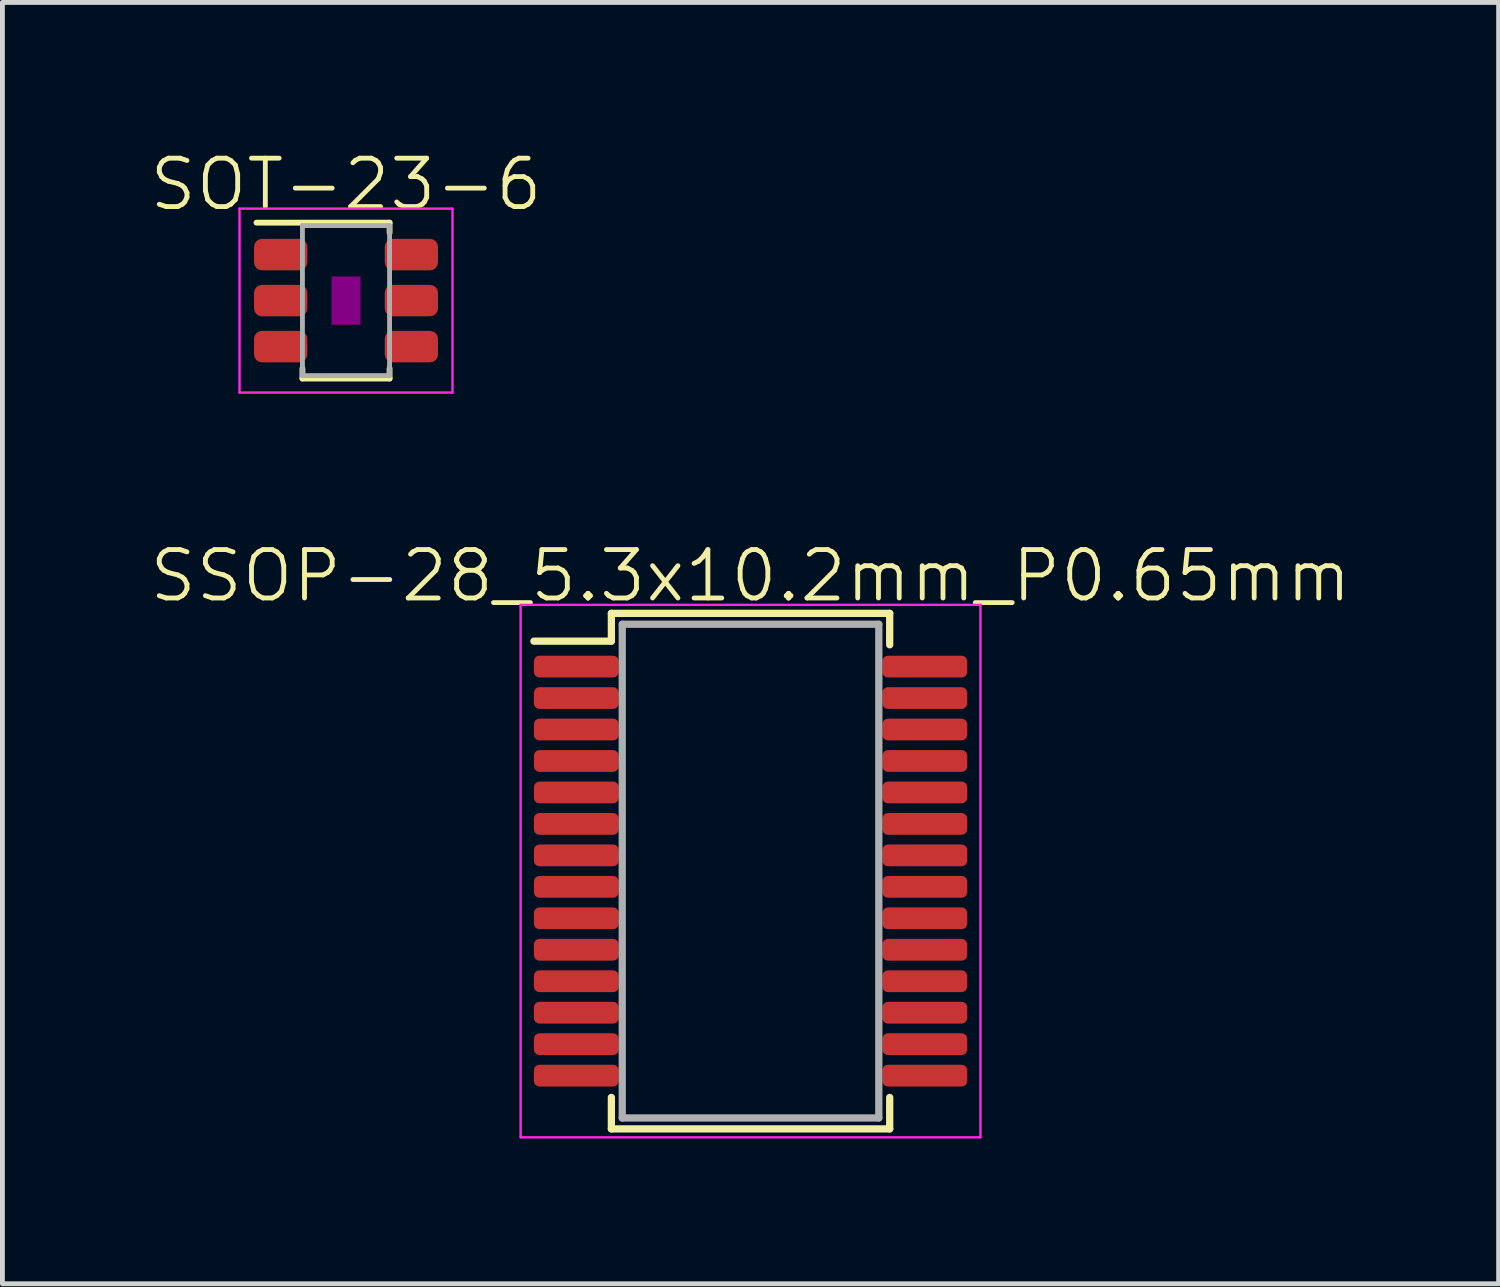
<source format=kicad_pcb>
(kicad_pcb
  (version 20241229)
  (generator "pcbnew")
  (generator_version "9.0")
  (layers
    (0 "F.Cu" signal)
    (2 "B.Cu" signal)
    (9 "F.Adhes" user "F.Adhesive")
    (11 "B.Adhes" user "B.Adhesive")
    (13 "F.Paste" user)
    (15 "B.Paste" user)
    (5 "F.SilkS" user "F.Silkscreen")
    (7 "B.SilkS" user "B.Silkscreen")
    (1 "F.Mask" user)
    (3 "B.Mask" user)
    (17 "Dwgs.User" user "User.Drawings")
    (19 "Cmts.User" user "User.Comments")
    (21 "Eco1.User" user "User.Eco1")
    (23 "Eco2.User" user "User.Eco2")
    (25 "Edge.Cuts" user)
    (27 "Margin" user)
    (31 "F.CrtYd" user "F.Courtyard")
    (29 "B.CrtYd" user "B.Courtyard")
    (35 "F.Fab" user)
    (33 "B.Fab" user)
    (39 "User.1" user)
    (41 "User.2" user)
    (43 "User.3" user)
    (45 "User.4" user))
  (footprint "SOT-23-6"
    (layer "F.Cu")
    (at 4.098 3.16)
    (property "Reference" "SOT-23-6" (at 0 -2.4 0) (layer "F.SilkS") (effects (font (size 1 1) (thickness 0.1))))
    (attr smd)
    (fp_line (start -0.9 1.61) (end -0.9 1.4) (stroke (width 0.12) (type solid)) (layer "F.SilkS"))
    (fp_line (start -0.9 1.61) (end 0.9 1.61) (stroke (width 0.12) (type solid)) (layer "F.SilkS"))
    (fp_line (start 0.9 -1.61) (end -1.85 -1.61) (stroke (width 0.12) (type solid)) (layer "F.SilkS"))
    (fp_line (start 0.9 -1.61) (end 0.9 -1.4) (stroke (width 0.12) (type solid)) (layer "F.SilkS"))
    (fp_line (start 0.9 1.61) (end 0.9 1.4) (stroke (width 0.12) (type solid)) (layer "F.SilkS"))
    (fp_poly (pts (xy -0.3 -0.5) (xy -0.3 0.5) (xy 0.3 0.5) (xy 0.3 -0.5)) (stroke (width 0) (type solid)) (fill yes) (layer "F.Adhes"))
    (fp_line (start -2.2 -1.9) (end 2.2 -1.9) (stroke (width 0.05) (type solid)) (layer "F.CrtYd"))
    (fp_line (start -2.2 1.9) (end -2.2 -1.9) (stroke (width 0.05) (type solid)) (layer "F.CrtYd"))
    (fp_line (start 2.2 -1.9) (end 2.2 1.9) (stroke (width 0.05) (type solid)) (layer "F.CrtYd"))
    (fp_line (start 2.2 1.9) (end -2.2 1.9) (stroke (width 0.05) (type solid)) (layer "F.CrtYd"))
    (fp_line (start -0.9 -1.55) (end -0.9 1.55) (stroke (width 0.1) (type solid)) (layer "F.Fab"))
    (fp_line (start 0.9 -1.55) (end -0.9 -1.55) (stroke (width 0.1) (type solid)) (layer "F.Fab"))
    (fp_line (start 0.9 -1.55) (end 0.9 1.55) (stroke (width 0.1) (type solid)) (layer "F.Fab"))
    (fp_line (start 0.9 1.55) (end -0.9 1.55) (stroke (width 0.1) (type solid)) (layer "F.Fab"))
    (pad "1" smd roundrect (at -1.35 -0.95) (size 1.1 0.65) (layers "F.Cu" "F.Mask" "F.Paste") (roundrect_rratio 0.25))
    (pad "2" smd roundrect (at -1.35 0) (size 1.1 0.65) (layers "F.Cu" "F.Mask" "F.Paste") (roundrect_rratio 0.25))
    (pad "3" smd roundrect (at -1.35 0.95) (size 1.1 0.65) (layers "F.Cu" "F.Mask" "F.Paste") (roundrect_rratio 0.25))
    (pad "4" smd roundrect (at 1.35 0.95) (size 1.1 0.65) (layers "F.Cu" "F.Mask" "F.Paste") (roundrect_rratio 0.25))
    (pad "5" smd roundrect (at 1.35 0) (size 1.1 0.65) (layers "F.Cu" "F.Mask" "F.Paste") (roundrect_rratio 0.25))
    (pad "6" smd roundrect (at 1.35 -0.95) (size 1.1 0.65) (layers "F.Cu" "F.Mask" "F.Paste") (roundrect_rratio 0.25)))
  (footprint "SSOP-28_5.3x10.2mm_P0.65mm"
    (layer "F.Cu")
    (at 12.455 14.946)
    (property "Reference" "SSOP-28_5.3x10.2mm_P0.65mm" (at 0 -6.1 0) (layer "F.SilkS") (effects (font (size 1 1) (thickness 0.1))))
    (attr smd)
    (fp_line (start -2.875 -5.325) (end -2.875 -4.75) (stroke (width 0.15) (type solid)) (layer "F.SilkS"))
    (fp_line (start -2.875 -5.325) (end 2.875 -5.325) (stroke (width 0.15) (type solid)) (layer "F.SilkS"))
    (fp_line (start -2.875 -4.75) (end -4.475 -4.75) (stroke (width 0.15) (type solid)) (layer "F.SilkS"))
    (fp_line (start -2.875 5.325) (end -2.875 4.675) (stroke (width 0.15) (type solid)) (layer "F.SilkS"))
    (fp_line (start -2.875 5.325) (end 2.875 5.325) (stroke (width 0.15) (type solid)) (layer "F.SilkS"))
    (fp_line (start 2.875 -5.325) (end 2.875 -4.675) (stroke (width 0.15) (type solid)) (layer "F.SilkS"))
    (fp_line (start 2.875 5.325) (end 2.875 4.675) (stroke (width 0.15) (type solid)) (layer "F.SilkS"))
    (fp_line (start -4.75 -5.5) (end -4.75 5.5) (stroke (width 0.05) (type solid)) (layer "F.CrtYd"))
    (fp_line (start -4.75 -5.5) (end 4.75 -5.5) (stroke (width 0.05) (type solid)) (layer "F.CrtYd"))
    (fp_line (start -4.75 5.5) (end 4.75 5.5) (stroke (width 0.05) (type solid)) (layer "F.CrtYd"))
    (fp_line (start 4.75 -5.5) (end 4.75 5.5) (stroke (width 0.05) (type solid)) (layer "F.CrtYd"))
    (fp_line (start -2.65 -5.1) (end 2.65 -5.1) (stroke (width 0.15) (type solid)) (layer "F.Fab"))
    (fp_line (start -2.65 5.1) (end -2.65 -5.1) (stroke (width 0.15) (type solid)) (layer "F.Fab"))
    (fp_line (start 2.65 -5.1) (end 2.65 5.1) (stroke (width 0.15) (type solid)) (layer "F.Fab"))
    (fp_line (start 2.65 5.1) (end -2.65 5.1) (stroke (width 0.15) (type solid)) (layer "F.Fab"))
    (pad "1" smd roundrect (at -3.6 -4.225) (size 1.75 0.45) (layers "F.Cu" "F.Mask" "F.Paste") (roundrect_rratio 0.25))
    (pad "2" smd roundrect (at -3.6 -3.575) (size 1.75 0.45) (layers "F.Cu" "F.Mask" "F.Paste") (roundrect_rratio 0.25))
    (pad "3" smd roundrect (at -3.6 -2.925) (size 1.75 0.45) (layers "F.Cu" "F.Mask" "F.Paste") (roundrect_rratio 0.25))
    (pad "4" smd roundrect (at -3.6 -2.275) (size 1.75 0.45) (layers "F.Cu" "F.Mask" "F.Paste") (roundrect_rratio 0.25))
    (pad "5" smd roundrect (at -3.6 -1.625) (size 1.75 0.45) (layers "F.Cu" "F.Mask" "F.Paste") (roundrect_rratio 0.25))
    (pad "6" smd roundrect (at -3.6 -0.975) (size 1.75 0.45) (layers "F.Cu" "F.Mask" "F.Paste") (roundrect_rratio 0.25))
    (pad "7" smd roundrect (at -3.6 -0.325) (size 1.75 0.45) (layers "F.Cu" "F.Mask" "F.Paste") (roundrect_rratio 0.25))
    (pad "8" smd roundrect (at -3.6 0.325) (size 1.75 0.45) (layers "F.Cu" "F.Mask" "F.Paste") (roundrect_rratio 0.25))
    (pad "9" smd roundrect (at -3.6 0.975) (size 1.75 0.45) (layers "F.Cu" "F.Mask" "F.Paste") (roundrect_rratio 0.25))
    (pad "10" smd roundrect (at -3.6 1.625) (size 1.75 0.45) (layers "F.Cu" "F.Mask" "F.Paste") (roundrect_rratio 0.25))
    (pad "11" smd roundrect (at -3.6 2.275) (size 1.75 0.45) (layers "F.Cu" "F.Mask" "F.Paste") (roundrect_rratio 0.25))
    (pad "12" smd roundrect (at -3.6 2.925) (size 1.75 0.45) (layers "F.Cu" "F.Mask" "F.Paste") (roundrect_rratio 0.25))
    (pad "13" smd roundrect (at -3.6 3.575) (size 1.75 0.45) (layers "F.Cu" "F.Mask" "F.Paste") (roundrect_rratio 0.25))
    (pad "14" smd roundrect (at -3.6 4.225) (size 1.75 0.45) (layers "F.Cu" "F.Mask" "F.Paste") (roundrect_rratio 0.25))
    (pad "15" smd roundrect (at 3.6 4.225) (size 1.75 0.45) (layers "F.Cu" "F.Mask" "F.Paste") (roundrect_rratio 0.25))
    (pad "16" smd roundrect (at 3.6 3.575) (size 1.75 0.45) (layers "F.Cu" "F.Mask" "F.Paste") (roundrect_rratio 0.25))
    (pad "17" smd roundrect (at 3.6 2.925) (size 1.75 0.45) (layers "F.Cu" "F.Mask" "F.Paste") (roundrect_rratio 0.25))
    (pad "18" smd roundrect (at 3.6 2.275) (size 1.75 0.45) (layers "F.Cu" "F.Mask" "F.Paste") (roundrect_rratio 0.25))
    (pad "19" smd roundrect (at 3.6 1.625) (size 1.75 0.45) (layers "F.Cu" "F.Mask" "F.Paste") (roundrect_rratio 0.25))
    (pad "20" smd roundrect (at 3.6 0.975) (size 1.75 0.45) (layers "F.Cu" "F.Mask" "F.Paste") (roundrect_rratio 0.25))
    (pad "21" smd roundrect (at 3.6 0.325) (size 1.75 0.45) (layers "F.Cu" "F.Mask" "F.Paste") (roundrect_rratio 0.25))
    (pad "22" smd roundrect (at 3.6 -0.325) (size 1.75 0.45) (layers "F.Cu" "F.Mask" "F.Paste") (roundrect_rratio 0.25))
    (pad "23" smd roundrect (at 3.6 -0.975) (size 1.75 0.45) (layers "F.Cu" "F.Mask" "F.Paste") (roundrect_rratio 0.25))
    (pad "24" smd roundrect (at 3.6 -1.625) (size 1.75 0.45) (layers "F.Cu" "F.Mask" "F.Paste") (roundrect_rratio 0.25))
    (pad "25" smd roundrect (at 3.6 -2.275) (size 1.75 0.45) (layers "F.Cu" "F.Mask" "F.Paste") (roundrect_rratio 0.25))
    (pad "26" smd roundrect (at 3.6 -2.925) (size 1.75 0.45) (layers "F.Cu" "F.Mask" "F.Paste") (roundrect_rratio 0.25))
    (pad "27" smd roundrect (at 3.6 -3.575) (size 1.75 0.45) (layers "F.Cu" "F.Mask" "F.Paste") (roundrect_rratio 0.25))
    (pad "28" smd roundrect (at 3.6 -4.225) (size 1.75 0.45) (layers "F.Cu" "F.Mask" "F.Paste") (roundrect_rratio 0.25)))
  (gr_rect
    (start -3 -3)
    (end 27.91 23.471)
    (stroke (width 0.1) (type default))
    (fill no)
    (layer "Edge.Cuts")))
</source>
